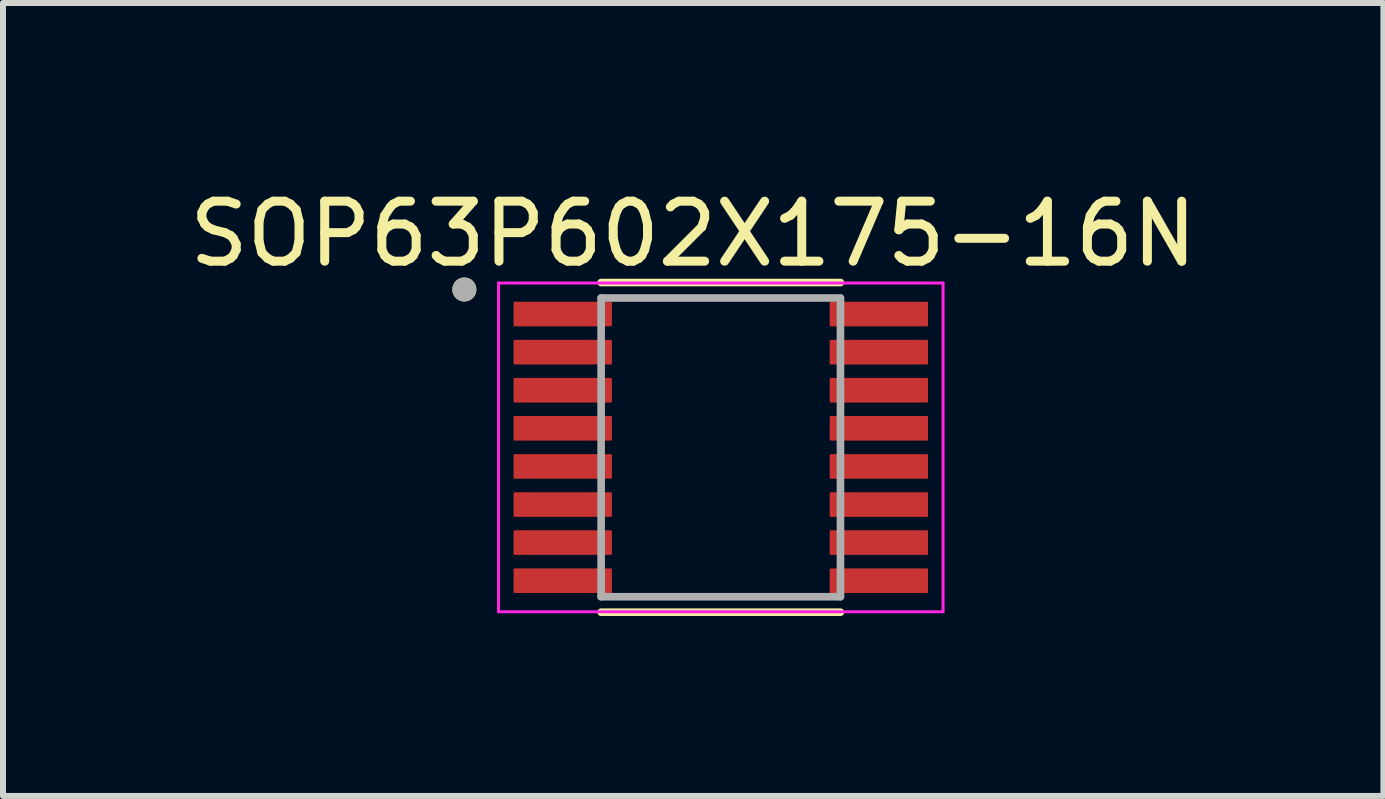
<source format=kicad_pcb>
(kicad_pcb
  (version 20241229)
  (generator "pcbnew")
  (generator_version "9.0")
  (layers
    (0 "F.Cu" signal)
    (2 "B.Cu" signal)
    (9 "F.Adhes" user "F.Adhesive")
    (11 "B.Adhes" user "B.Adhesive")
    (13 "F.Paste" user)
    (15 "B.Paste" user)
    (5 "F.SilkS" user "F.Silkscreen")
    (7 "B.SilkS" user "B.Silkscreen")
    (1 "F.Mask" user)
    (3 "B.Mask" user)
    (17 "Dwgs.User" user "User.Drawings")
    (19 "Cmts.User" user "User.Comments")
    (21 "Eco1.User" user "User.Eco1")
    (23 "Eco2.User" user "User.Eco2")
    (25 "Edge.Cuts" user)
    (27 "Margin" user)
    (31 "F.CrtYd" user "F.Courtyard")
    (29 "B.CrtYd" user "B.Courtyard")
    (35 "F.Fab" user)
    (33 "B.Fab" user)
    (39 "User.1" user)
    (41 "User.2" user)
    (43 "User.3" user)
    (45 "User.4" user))
  (footprint "SOP63P602X175-16N"
    (layer "F.Cu")
    (at 8.966 4.408)
    (property "Reference" "SOP63P602X175-16N" (at -0.46 -3.559 0) (layer "F.SilkS") (effects (font (size 1 1) (thickness 0.15))))
    (attr smd)
    (fp_line (start -1.995 -2.748) (end 1.995 -2.748) (stroke (width 0.127) (type solid)) (layer "F.SilkS"))
    (fp_line (start -1.995 2.748) (end 1.995 2.748) (stroke (width 0.127) (type solid)) (layer "F.SilkS"))
    (fp_circle (center -4.275 -2.632) (end -4.175 -2.632) (stroke (width 0.2) (type solid)) (fill no) (layer "F.SilkS"))
    (fp_line (start -3.705 -2.74) (end -3.705 2.74) (stroke (width 0.05) (type solid)) (layer "F.CrtYd"))
    (fp_line (start -3.705 -2.74) (end 3.705 -2.74) (stroke (width 0.05) (type solid)) (layer "F.CrtYd"))
    (fp_line (start -3.705 2.74) (end 3.705 2.74) (stroke (width 0.05) (type solid)) (layer "F.CrtYd"))
    (fp_line (start 3.705 -2.74) (end 3.705 2.74) (stroke (width 0.05) (type solid)) (layer "F.CrtYd"))
    (fp_line (start -1.995 -2.49) (end -1.995 2.49) (stroke (width 0.127) (type solid)) (layer "F.Fab"))
    (fp_line (start -1.995 -2.49) (end 1.995 -2.49) (stroke (width 0.127) (type solid)) (layer "F.Fab"))
    (fp_line (start -1.995 2.49) (end 1.995 2.49) (stroke (width 0.127) (type solid)) (layer "F.Fab"))
    (fp_line (start 1.995 -2.49) (end 1.995 2.49) (stroke (width 0.127) (type solid)) (layer "F.Fab"))
    (fp_circle (center -4.275 -2.632) (end -4.175 -2.632) (stroke (width 0.2) (type solid)) (fill no) (layer "F.Fab"))
    (pad "1" smd roundrect (at -2.635 -2.223) (size 1.64 0.41) (layers "F.Cu" "F.Mask" "F.Paste") (roundrect_rratio 0.05))
    (pad "2" smd roundrect (at -2.635 -1.587) (size 1.64 0.41) (layers "F.Cu" "F.Mask" "F.Paste") (roundrect_rratio 0.05))
    (pad "3" smd roundrect (at -2.635 -0.953) (size 1.64 0.41) (layers "F.Cu" "F.Mask" "F.Paste") (roundrect_rratio 0.05))
    (pad "4" smd roundrect (at -2.635 -0.318) (size 1.64 0.41) (layers "F.Cu" "F.Mask" "F.Paste") (roundrect_rratio 0.05))
    (pad "5" smd roundrect (at -2.635 0.318) (size 1.64 0.41) (layers "F.Cu" "F.Mask" "F.Paste") (roundrect_rratio 0.05))
    (pad "6" smd roundrect (at -2.635 0.953) (size 1.64 0.41) (layers "F.Cu" "F.Mask" "F.Paste") (roundrect_rratio 0.05))
    (pad "7" smd roundrect (at -2.635 1.587) (size 1.64 0.41) (layers "F.Cu" "F.Mask" "F.Paste") (roundrect_rratio 0.05))
    (pad "8" smd roundrect (at -2.635 2.223) (size 1.64 0.41) (layers "F.Cu" "F.Mask" "F.Paste") (roundrect_rratio 0.05))
    (pad "9" smd roundrect (at 2.635 2.223) (size 1.64 0.41) (layers "F.Cu" "F.Mask" "F.Paste") (roundrect_rratio 0.05))
    (pad "10" smd roundrect (at 2.635 1.587) (size 1.64 0.41) (layers "F.Cu" "F.Mask" "F.Paste") (roundrect_rratio 0.05))
    (pad "11" smd roundrect (at 2.635 0.953) (size 1.64 0.41) (layers "F.Cu" "F.Mask" "F.Paste") (roundrect_rratio 0.05))
    (pad "12" smd roundrect (at 2.635 0.318) (size 1.64 0.41) (layers "F.Cu" "F.Mask" "F.Paste") (roundrect_rratio 0.05))
    (pad "13" smd roundrect (at 2.635 -0.318) (size 1.64 0.41) (layers "F.Cu" "F.Mask" "F.Paste") (roundrect_rratio 0.05))
    (pad "14" smd roundrect (at 2.635 -0.953) (size 1.64 0.41) (layers "F.Cu" "F.Mask" "F.Paste") (roundrect_rratio 0.05))
    (pad "15" smd roundrect (at 2.635 -1.587) (size 1.64 0.41) (layers "F.Cu" "F.Mask" "F.Paste") (roundrect_rratio 0.05))
    (pad "16" smd roundrect (at 2.635 -2.223) (size 1.64 0.41) (layers "F.Cu" "F.Mask" "F.Paste") (roundrect_rratio 0.05)))
  (gr_rect
    (start -3 -3)
    (end 20.012 10.219)
    (stroke (width 0.1) (type default))
    (fill no)
    (layer "Edge.Cuts")))
</source>
